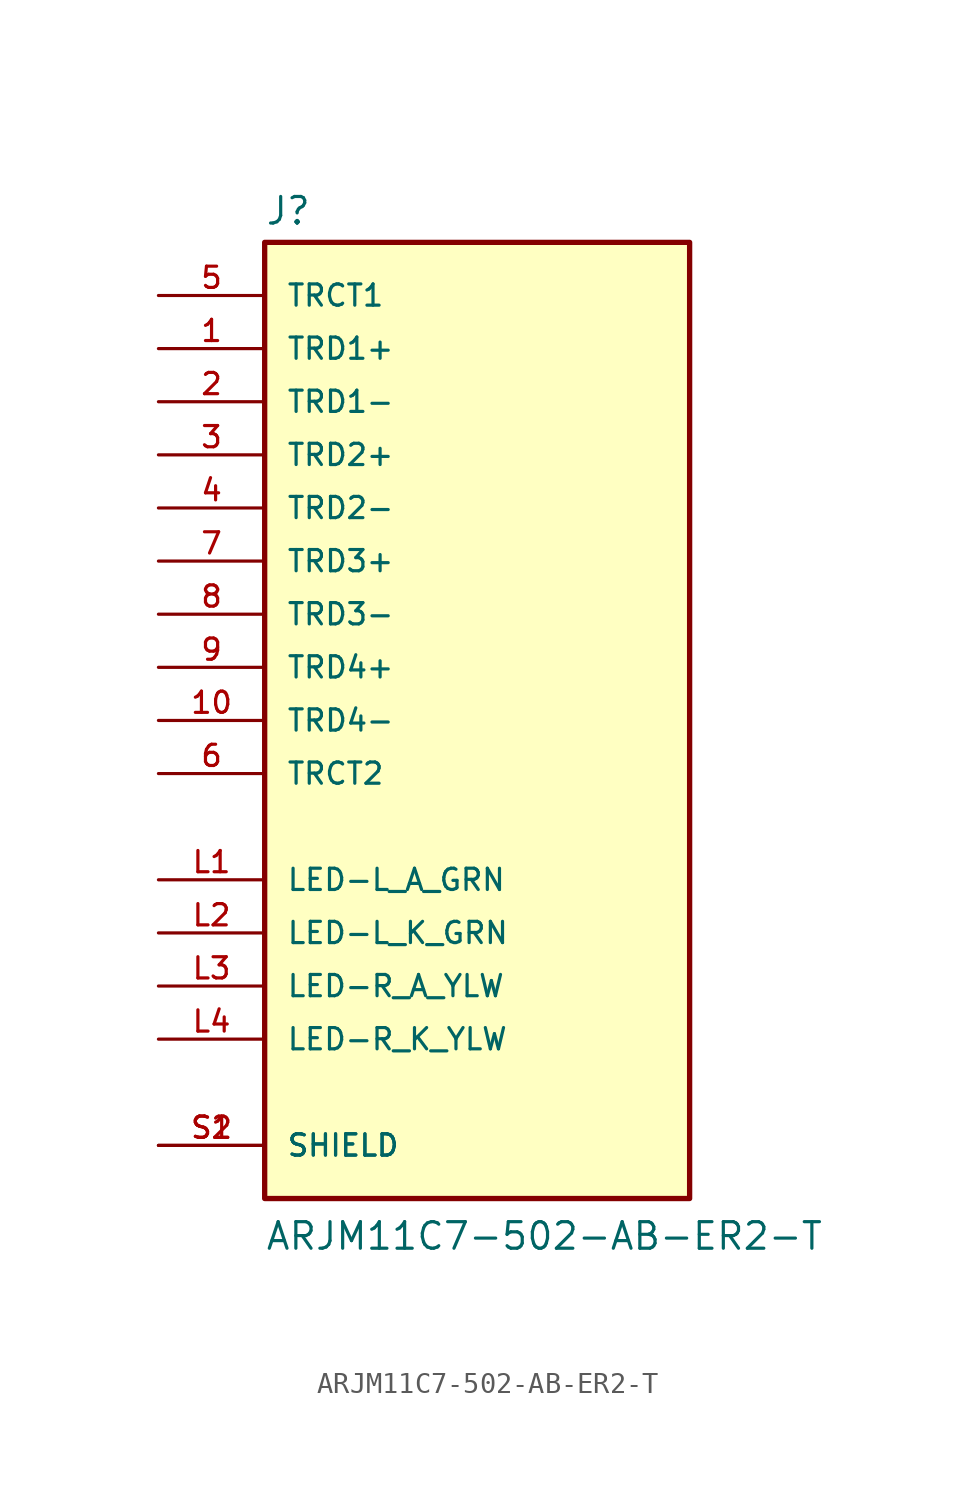
<source format=kicad_sym>
(kicad_symbol_lib
  (version 20211014)
  (generator kicad_symbol_editor)
  (symbol "ARJM11C7-502-AB-ER2-T"
    (pin_names
      (offset 1.016))
    (property "Reference" "J"
      (at -10.16 23.622 0)
      (effects (font (size 1.27 1.27)) (justify bottom left)))
    (property "Value" "ARJM11C7-502-AB-ER2-T"
      (at -10.16 -25.4 0)
      (effects (font (size 1.27 1.27)) (justify bottom left)))
    (symbol "ARJM11C7-502-AB-ER2-T_0_0"
      (rectangle (start -10.16 -22.86) (end 10.16 22.86) (stroke (width 0.254)) (fill (type background)))
      (pin passive line (at -15.24 20.32 0) (length 5.08) (name "TRCT1" (effects (font (size 1.016 1.016)))) (number "5" (effects (font (size 1.016 1.016)))))
      (pin passive line (at -15.24 17.78 0) (length 5.08) (name "TRD1+" (effects (font (size 1.016 1.016)))) (number "1" (effects (font (size 1.016 1.016)))))
      (pin passive line (at -15.24 15.24 0) (length 5.08) (name "TRD1-" (effects (font (size 1.016 1.016)))) (number "2" (effects (font (size 1.016 1.016)))))
      (pin passive line (at -15.24 12.7 0) (length 5.08) (name "TRD2+" (effects (font (size 1.016 1.016)))) (number "3" (effects (font (size 1.016 1.016)))))
      (pin passive line (at -15.24 10.16 0) (length 5.08) (name "TRD2-" (effects (font (size 1.016 1.016)))) (number "4" (effects (font (size 1.016 1.016)))))
      (pin passive line (at -15.24 7.62 0) (length 5.08) (name "TRD3+" (effects (font (size 1.016 1.016)))) (number "7" (effects (font (size 1.016 1.016)))))
      (pin passive line (at -15.24 5.08 0) (length 5.08) (name "TRD3-" (effects (font (size 1.016 1.016)))) (number "8" (effects (font (size 1.016 1.016)))))
      (pin passive line (at -15.24 2.54 0) (length 5.08) (name "TRD4+" (effects (font (size 1.016 1.016)))) (number "9" (effects (font (size 1.016 1.016)))))
      (pin passive line (at -15.24 0.0 0) (length 5.08) (name "TRD4-" (effects (font (size 1.016 1.016)))) (number "10" (effects (font (size 1.016 1.016)))))
      (pin passive line (at -15.24 -2.54 0) (length 5.08) (name "TRCT2" (effects (font (size 1.016 1.016)))) (number "6" (effects (font (size 1.016 1.016)))))
      (pin passive line (at -15.24 -20.32 0) (length 5.08) (name "SHIELD" (effects (font (size 1.016 1.016)))) (number "S1" (effects (font (size 1.016 1.016)))))
      (pin passive line (at -15.24 -20.32 0) (length 5.08) (name "SHIELD" (effects (font (size 1.016 1.016)))) (number "S2" (effects (font (size 1.016 1.016)))))
      (pin passive line (at -15.24 -7.62 0) (length 5.08) (name "LED-L_A_GRN" (effects (font (size 1.016 1.016)))) (number "L1" (effects (font (size 1.016 1.016)))))
      (pin passive line (at -15.24 -10.16 0) (length 5.08) (name "LED-L_K_GRN" (effects (font (size 1.016 1.016)))) (number "L2" (effects (font (size 1.016 1.016)))))
      (pin passive line (at -15.24 -12.7 0) (length 5.08) (name "LED-R_A_YLW" (effects (font (size 1.016 1.016)))) (number "L3" (effects (font (size 1.016 1.016)))))
      (pin passive line (at -15.24 -15.24 0) (length 5.08) (name "LED-R_K_YLW" (effects (font (size 1.016 1.016)))) (number "L4" (effects (font (size 1.016 1.016))))))))
</source>
